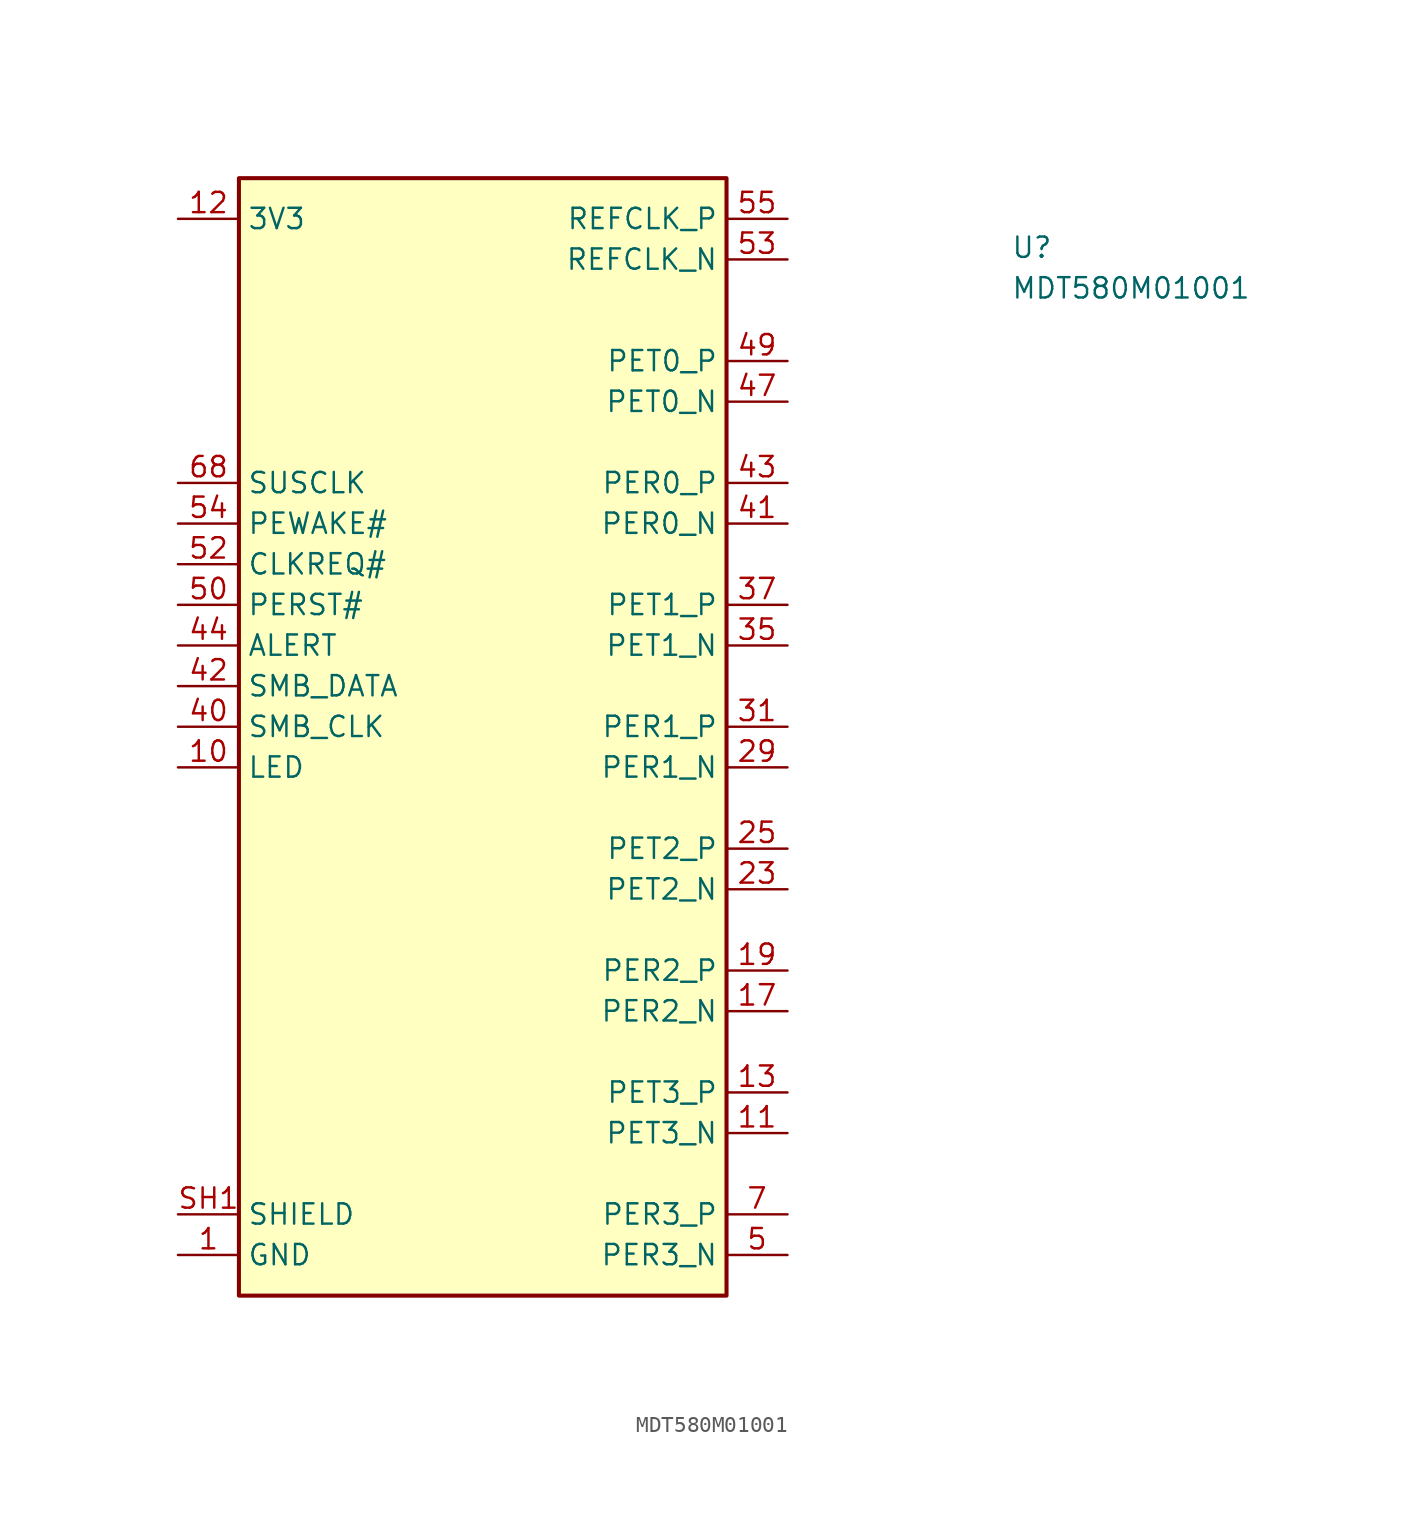
<source format=kicad_sym>
(kicad_symbol_lib
  (version 20211014)
  (generator kicad_symbol_editor)
  (symbol "MDT580M01001"
    (property "Reference" "U"
      (at 52.07 -2.54 0)
      (effects (font (size 1.27 1.27) (thickness 0.15)) (justify left bottom)))
    (property "Value" "MDT580M01001"
      (at 52.07 -5.08 0)
      (effects (font (size 1.27 1.27) (thickness 0.15)) (justify left bottom)))
    (symbol "MDT580M01001_1_1"
      (rectangle (start 3.81 2.54) (end 34.29 -67.31) (stroke (width 0.254) (type default) (color 0 0 0 0)) (fill (type background)))
      (pin passive line (at 0 -64.77 0) (length 3.81) (name "GND" (effects (font (size 1.27 1.27)))) (number "1" (effects (font (size 1.27 1.27)))))
      (pin passive line (at 0 -34.29 0) (length 3.81) (name "LED" (effects (font (size 1.27 1.27)))) (number "10" (effects (font (size 1.27 1.27)))))
      (pin passive line (at 38.1 -57.15 180) (length 3.81) (name "PET3_N" (effects (font (size 1.27 1.27)))) (number "11" (effects (font (size 1.27 1.27)))))
      (pin passive line (at 0 0 0) (length 3.81) (name "3V3" (effects (font (size 1.27 1.27)))) (number "12" (effects (font (size 1.27 1.27)))))
      (pin passive line (at 38.1 -54.61 180) (length 3.81) (name "PET3_P" (effects (font (size 1.27 1.27)))) (number "13" (effects (font (size 1.27 1.27)))))
      (pin passive line (at 0 0 0) (length 3.81) hide (name "3V3" (effects (font (size 1.27 1.27)))) (number "14" (effects (font (size 1.27 1.27)))))
      (pin passive line (at 0 -64.77 0) (length 3.81) hide (name "GND" (effects (font (size 1.27 1.27)))) (number "15" (effects (font (size 1.27 1.27)))))
      (pin passive line (at 0 0 0) (length 3.81) hide (name "3V3" (effects (font (size 1.27 1.27)))) (number "16" (effects (font (size 1.27 1.27)))))
      (pin passive line (at 38.1 -49.53 180) (length 3.81) (name "PER2_N" (effects (font (size 1.27 1.27)))) (number "17" (effects (font (size 1.27 1.27)))))
      (pin passive line (at 0 0 0) (length 3.81) hide (name "3V3" (effects (font (size 1.27 1.27)))) (number "18" (effects (font (size 1.27 1.27)))))
      (pin passive line (at 38.1 -46.99 180) (length 3.81) (name "PER2_P" (effects (font (size 1.27 1.27)))) (number "19" (effects (font (size 1.27 1.27)))))
      (pin passive line (at 0 0 0) (length 3.81) hide (name "3V3" (effects (font (size 1.27 1.27)))) (number "2" (effects (font (size 1.27 1.27)))))
      (pin no_connect line (at 3.81 -59.69 0) (length 3.81) hide (name "NC" (effects (font (size 1.27 1.27)))) (number "20" (effects (font (size 1.27 1.27)))))
      (pin passive line (at 0 -64.77 0) (length 3.81) hide (name "GND" (effects (font (size 1.27 1.27)))) (number "21" (effects (font (size 1.27 1.27)))))
      (pin no_connect line (at 3.81 -59.69 0) (length 3.81) hide (name "NC" (effects (font (size 1.27 1.27)))) (number "22" (effects (font (size 1.27 1.27)))))
      (pin passive line (at 38.1 -41.91 180) (length 3.81) (name "PET2_N" (effects (font (size 1.27 1.27)))) (number "23" (effects (font (size 1.27 1.27)))))
      (pin no_connect line (at 3.81 -59.69 0) (length 3.81) hide (name "NC" (effects (font (size 1.27 1.27)))) (number "24" (effects (font (size 1.27 1.27)))))
      (pin passive line (at 38.1 -39.37 180) (length 3.81) (name "PET2_P" (effects (font (size 1.27 1.27)))) (number "25" (effects (font (size 1.27 1.27)))))
      (pin no_connect line (at 3.81 -59.69 0) (length 3.81) hide (name "NC" (effects (font (size 1.27 1.27)))) (number "26" (effects (font (size 1.27 1.27)))))
      (pin passive line (at 0 -64.77 0) (length 3.81) hide (name "GND" (effects (font (size 1.27 1.27)))) (number "27" (effects (font (size 1.27 1.27)))))
      (pin no_connect line (at 3.81 -59.69 0) (length 3.81) hide (name "NC" (effects (font (size 1.27 1.27)))) (number "28" (effects (font (size 1.27 1.27)))))
      (pin passive line (at 38.1 -34.29 180) (length 3.81) (name "PER1_N" (effects (font (size 1.27 1.27)))) (number "29" (effects (font (size 1.27 1.27)))))
      (pin passive line (at 0 -64.77 0) (length 3.81) hide (name "GND" (effects (font (size 1.27 1.27)))) (number "3" (effects (font (size 1.27 1.27)))))
      (pin no_connect line (at 3.81 -59.69 0) (length 3.81) hide (name "NC" (effects (font (size 1.27 1.27)))) (number "30" (effects (font (size 1.27 1.27)))))
      (pin passive line (at 38.1 -31.75 180) (length 3.81) (name "PER1_P" (effects (font (size 1.27 1.27)))) (number "31" (effects (font (size 1.27 1.27)))))
      (pin no_connect line (at 3.81 -59.69 0) (length 3.81) hide (name "NC" (effects (font (size 1.27 1.27)))) (number "32" (effects (font (size 1.27 1.27)))))
      (pin passive line (at 0 -64.77 0) (length 3.81) hide (name "GND" (effects (font (size 1.27 1.27)))) (number "33" (effects (font (size 1.27 1.27)))))
      (pin no_connect line (at 3.81 -59.69 0) (length 3.81) hide (name "NC" (effects (font (size 1.27 1.27)))) (number "34" (effects (font (size 1.27 1.27)))))
      (pin passive line (at 38.1 -26.67 180) (length 3.81) (name "PET1_N" (effects (font (size 1.27 1.27)))) (number "35" (effects (font (size 1.27 1.27)))))
      (pin no_connect line (at 3.81 -59.69 0) (length 3.81) hide (name "NC" (effects (font (size 1.27 1.27)))) (number "36" (effects (font (size 1.27 1.27)))))
      (pin passive line (at 38.1 -24.13 180) (length 3.81) (name "PET1_P" (effects (font (size 1.27 1.27)))) (number "37" (effects (font (size 1.27 1.27)))))
      (pin no_connect line (at 3.81 -59.69 0) (length 3.81) hide (name "NC" (effects (font (size 1.27 1.27)))) (number "38" (effects (font (size 1.27 1.27)))))
      (pin passive line (at 0 -64.77 0) (length 3.81) hide (name "GND" (effects (font (size 1.27 1.27)))) (number "39" (effects (font (size 1.27 1.27)))))
      (pin passive line (at 0 0 0) (length 3.81) hide (name "3V3" (effects (font (size 1.27 1.27)))) (number "4" (effects (font (size 1.27 1.27)))))
      (pin passive line (at 0 -31.75 0) (length 3.81) (name "SMB_CLK" (effects (font (size 1.27 1.27)))) (number "40" (effects (font (size 1.27 1.27)))))
      (pin passive line (at 38.1 -19.05 180) (length 3.81) (name "PER0_N" (effects (font (size 1.27 1.27)))) (number "41" (effects (font (size 1.27 1.27)))))
      (pin passive line (at 0 -29.21 0) (length 3.81) (name "SMB_DATA" (effects (font (size 1.27 1.27)))) (number "42" (effects (font (size 1.27 1.27)))))
      (pin passive line (at 38.1 -16.51 180) (length 3.81) (name "PER0_P" (effects (font (size 1.27 1.27)))) (number "43" (effects (font (size 1.27 1.27)))))
      (pin passive line (at 0 -26.67 0) (length 3.81) (name "ALERT" (effects (font (size 1.27 1.27)))) (number "44" (effects (font (size 1.27 1.27)))))
      (pin passive line (at 0 -64.77 0) (length 3.81) hide (name "GND" (effects (font (size 1.27 1.27)))) (number "45" (effects (font (size 1.27 1.27)))))
      (pin no_connect line (at 3.81 -59.69 0) (length 3.81) hide (name "NC" (effects (font (size 1.27 1.27)))) (number "46" (effects (font (size 1.27 1.27)))))
      (pin passive line (at 38.1 -11.43 180) (length 3.81) (name "PET0_N" (effects (font (size 1.27 1.27)))) (number "47" (effects (font (size 1.27 1.27)))))
      (pin no_connect line (at 3.81 -59.69 0) (length 3.81) hide (name "NC" (effects (font (size 1.27 1.27)))) (number "48" (effects (font (size 1.27 1.27)))))
      (pin passive line (at 38.1 -8.89 180) (length 3.81) (name "PET0_P" (effects (font (size 1.27 1.27)))) (number "49" (effects (font (size 1.27 1.27)))))
      (pin passive line (at 38.1 -64.77 180) (length 3.81) (name "PER3_N" (effects (font (size 1.27 1.27)))) (number "5" (effects (font (size 1.27 1.27)))))
      (pin passive line (at 0 -24.13 0) (length 3.81) (name "PERST#" (effects (font (size 1.27 1.27)))) (number "50" (effects (font (size 1.27 1.27)))))
      (pin passive line (at 0 -64.77 0) (length 3.81) hide (name "GND" (effects (font (size 1.27 1.27)))) (number "51" (effects (font (size 1.27 1.27)))))
      (pin passive line (at 0 -21.59 0) (length 3.81) (name "CLKREQ#" (effects (font (size 1.27 1.27)))) (number "52" (effects (font (size 1.27 1.27)))))
      (pin passive line (at 38.1 -2.54 180) (length 3.81) (name "REFCLK_N" (effects (font (size 1.27 1.27)))) (number "53" (effects (font (size 1.27 1.27)))))
      (pin passive line (at 0 -19.05 0) (length 3.81) (name "PEWAKE#" (effects (font (size 1.27 1.27)))) (number "54" (effects (font (size 1.27 1.27)))))
      (pin passive line (at 38.1 0 180) (length 3.81) (name "REFCLK_P" (effects (font (size 1.27 1.27)))) (number "55" (effects (font (size 1.27 1.27)))))
      (pin no_connect line (at 3.81 -59.69 0) (length 3.81) hide (name "NC" (effects (font (size 1.27 1.27)))) (number "56" (effects (font (size 1.27 1.27)))))
      (pin passive line (at 0 -64.77 0) (length 3.81) hide (name "GND" (effects (font (size 1.27 1.27)))) (number "57" (effects (font (size 1.27 1.27)))))
      (pin no_connect line (at 3.81 -59.69 0) (length 3.81) hide (name "NC" (effects (font (size 1.27 1.27)))) (number "58" (effects (font (size 1.27 1.27)))))
      (pin no_connect line (at 3.81 -59.69 0) (length 3.81) hide (name "NC" (effects (font (size 1.27 1.27)))) (number "6" (effects (font (size 1.27 1.27)))))
      (pin no_connect line (at 3.81 -59.69 0) (length 3.81) hide (name "NC" (effects (font (size 1.27 1.27)))) (number "67" (effects (font (size 1.27 1.27)))))
      (pin passive line (at 0 -16.51 0) (length 3.81) (name "SUSCLK" (effects (font (size 1.27 1.27)))) (number "68" (effects (font (size 1.27 1.27)))))
      (pin no_connect line (at 3.81 -59.69 0) (length 3.81) hide (name "NC" (effects (font (size 1.27 1.27)))) (number "69" (effects (font (size 1.27 1.27)))))
      (pin passive line (at 38.1 -62.23 180) (length 3.81) (name "PER3_P" (effects (font (size 1.27 1.27)))) (number "7" (effects (font (size 1.27 1.27)))))
      (pin passive line (at 0 0 0) (length 3.81) hide (name "3V3" (effects (font (size 1.27 1.27)))) (number "70" (effects (font (size 1.27 1.27)))))
      (pin passive line (at 0 -64.77 0) (length 3.81) hide (name "GND" (effects (font (size 1.27 1.27)))) (number "71" (effects (font (size 1.27 1.27)))))
      (pin passive line (at 0 0 0) (length 3.81) hide (name "3V3" (effects (font (size 1.27 1.27)))) (number "72" (effects (font (size 1.27 1.27)))))
      (pin passive line (at 0 -64.77 0) (length 3.81) hide (name "GND" (effects (font (size 1.27 1.27)))) (number "73" (effects (font (size 1.27 1.27)))))
      (pin passive line (at 0 0 0) (length 3.81) hide (name "3V3" (effects (font (size 1.27 1.27)))) (number "74" (effects (font (size 1.27 1.27)))))
      (pin passive line (at 0 -64.77 0) (length 3.81) hide (name "GND" (effects (font (size 1.27 1.27)))) (number "75" (effects (font (size 1.27 1.27)))))
      (pin no_connect line (at 3.81 -59.69 0) (length 3.81) hide (name "NC" (effects (font (size 1.27 1.27)))) (number "8" (effects (font (size 1.27 1.27)))))
      (pin passive line (at 0 -64.77 0) (length 3.81) hide (name "GND" (effects (font (size 1.27 1.27)))) (number "9" (effects (font (size 1.27 1.27)))))
      (pin passive line (at 0 -62.23 0) (length 3.81) (name "SHIELD" (effects (font (size 1.27 1.27)))) (number "SH1" (effects (font (size 1.27 1.27)))))
      (pin passive line (at 0 -62.23 0) (length 3.81) hide (name "SHIELD" (effects (font (size 1.27 1.27)))) (number "SH2" (effects (font (size 1.27 1.27))))))))
</source>
